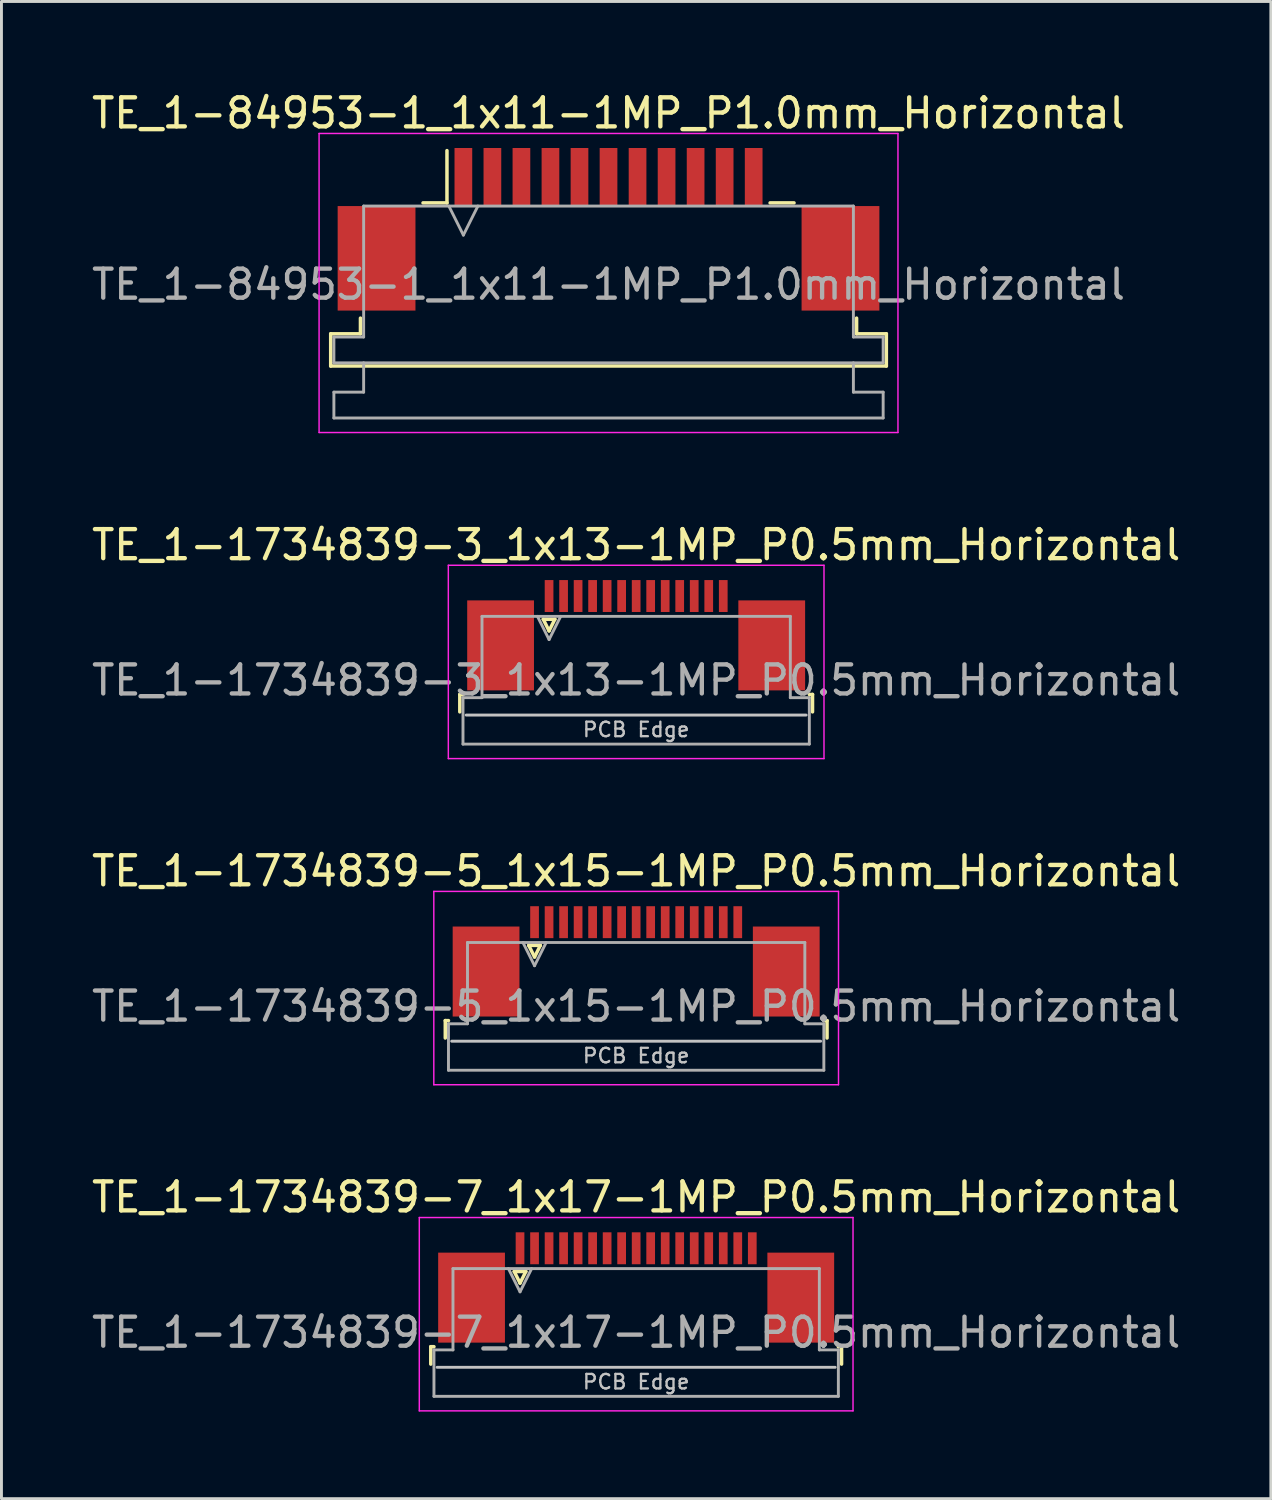
<source format=kicad_pcb>
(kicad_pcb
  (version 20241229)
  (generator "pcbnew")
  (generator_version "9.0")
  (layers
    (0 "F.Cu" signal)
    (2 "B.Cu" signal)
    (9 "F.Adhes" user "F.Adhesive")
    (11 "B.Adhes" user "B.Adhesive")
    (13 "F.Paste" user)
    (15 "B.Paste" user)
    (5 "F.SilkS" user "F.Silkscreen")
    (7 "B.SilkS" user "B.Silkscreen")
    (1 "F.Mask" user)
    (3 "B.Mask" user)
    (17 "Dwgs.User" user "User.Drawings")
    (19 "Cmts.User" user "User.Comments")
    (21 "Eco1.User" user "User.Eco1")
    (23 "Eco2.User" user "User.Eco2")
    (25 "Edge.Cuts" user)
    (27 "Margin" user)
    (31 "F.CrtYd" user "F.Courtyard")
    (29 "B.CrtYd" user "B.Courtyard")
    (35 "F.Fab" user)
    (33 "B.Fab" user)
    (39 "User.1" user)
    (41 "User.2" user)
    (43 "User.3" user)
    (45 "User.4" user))
  (footprint "TE_1-84953-1_1x11-1MP_P1.0mm_Horizontal"
    (layer "F.Cu")
    (at 17.911 4.848)
    (property "Reference" "TE_1-84953-1_1x11-1MP_P1.0mm_Horizontal" (at 0 -4 0) (layer "F.SilkS") (effects (font (size 1 1) (thickness 0.15))))
    (attr smd)
    (fp_line (start -9.57 3.6) (end -8.545 3.6) (stroke (width 0.12) (type solid)) (layer "F.SilkS"))
    (fp_line (start -9.57 4.71) (end -9.57 3.6) (stroke (width 0.12) (type solid)) (layer "F.SilkS"))
    (fp_line (start -8.545 3.6) (end -8.545 3.06) (stroke (width 0.12) (type solid)) (layer "F.SilkS"))
    (fp_line (start -6.39 -0.91) (end -5.565 -0.91) (stroke (width 0.12) (type solid)) (layer "F.SilkS"))
    (fp_line (start -5.565 -0.91) (end -5.565 -2.71) (stroke (width 0.12) (type solid)) (layer "F.SilkS"))
    (fp_line (start 5.565 -0.91) (end 6.39 -0.91) (stroke (width 0.12) (type solid)) (layer "F.SilkS"))
    (fp_line (start 8.545 3.06) (end 8.545 3.6) (stroke (width 0.12) (type solid)) (layer "F.SilkS"))
    (fp_line (start 8.545 3.6) (end 9.57 3.6) (stroke (width 0.12) (type solid)) (layer "F.SilkS"))
    (fp_line (start 9.57 3.6) (end 9.57 4.71) (stroke (width 0.12) (type solid)) (layer "F.SilkS"))
    (fp_line (start 9.57 4.71) (end -9.57 4.71) (stroke (width 0.12) (type solid)) (layer "F.SilkS"))
    (fp_line (start -9.97 -3.3) (end -9.97 7) (stroke (width 0.05) (type solid)) (layer "F.CrtYd"))
    (fp_line (start -9.97 7) (end 9.97 7) (stroke (width 0.05) (type solid)) (layer "F.CrtYd"))
    (fp_line (start 9.97 -3.3) (end -9.97 -3.3) (stroke (width 0.05) (type solid)) (layer "F.CrtYd"))
    (fp_line (start 9.97 7) (end 9.97 -3.3) (stroke (width 0.05) (type solid)) (layer "F.CrtYd"))
    (fp_line (start -9.46 3.71) (end -8.435 3.71) (stroke (width 0.1) (type solid)) (layer "F.Fab"))
    (fp_line (start -9.46 4.6) (end -9.46 3.71) (stroke (width 0.1) (type solid)) (layer "F.Fab"))
    (fp_line (start -9.46 5.61) (end -8.435 5.61) (stroke (width 0.1) (type solid)) (layer "F.Fab"))
    (fp_line (start -9.46 6.5) (end -9.46 5.61) (stroke (width 0.1) (type solid)) (layer "F.Fab"))
    (fp_line (start -8.435 -0.8) (end 8.435 -0.8) (stroke (width 0.1) (type solid)) (layer "F.Fab"))
    (fp_line (start -8.435 3.71) (end -8.435 -0.8) (stroke (width 0.1) (type solid)) (layer "F.Fab"))
    (fp_line (start -8.435 5.61) (end -8.435 4.6) (stroke (width 0.1) (type solid)) (layer "F.Fab"))
    (fp_line (start -5.5 -0.8) (end -5 0.2) (stroke (width 0.1) (type solid)) (layer "F.Fab"))
    (fp_line (start -5 0.2) (end -4.5 -0.8) (stroke (width 0.1) (type solid)) (layer "F.Fab"))
    (fp_line (start 8.435 -0.8) (end 8.435 3.71) (stroke (width 0.1) (type solid)) (layer "F.Fab"))
    (fp_line (start 8.435 3.71) (end 9.46 3.71) (stroke (width 0.1) (type solid)) (layer "F.Fab"))
    (fp_line (start 8.435 4.6) (end 8.435 5.61) (stroke (width 0.1) (type solid)) (layer "F.Fab"))
    (fp_line (start 8.435 5.61) (end 9.46 5.61) (stroke (width 0.1) (type solid)) (layer "F.Fab"))
    (fp_line (start 9.46 3.71) (end 9.46 4.6) (stroke (width 0.1) (type solid)) (layer "F.Fab"))
    (fp_line (start 9.46 4.6) (end -9.46 4.6) (stroke (width 0.1) (type solid)) (layer "F.Fab"))
    (fp_line (start 9.46 5.61) (end 9.46 6.5) (stroke (width 0.1) (type solid)) (layer "F.Fab"))
    (fp_line (start 9.46 6.5) (end -9.46 6.5) (stroke (width 0.1) (type solid)) (layer "F.Fab"))
    (fp_text user "${REFERENCE}" (at 0 1.9 0) (layer "F.Fab") (effects (font (size 1 1) (thickness 0.15))))
    (pad "1" smd rect (at -5 -1.8) (size 0.61 2) (layers "F.Cu" "F.Mask" "F.Paste"))
    (pad "2" smd rect (at -4 -1.8) (size 0.61 2) (layers "F.Cu" "F.Mask" "F.Paste"))
    (pad "3" smd rect (at -3 -1.8) (size 0.61 2) (layers "F.Cu" "F.Mask" "F.Paste"))
    (pad "4" smd rect (at -2 -1.8) (size 0.61 2) (layers "F.Cu" "F.Mask" "F.Paste"))
    (pad "5" smd rect (at -1 -1.8) (size 0.61 2) (layers "F.Cu" "F.Mask" "F.Paste"))
    (pad "6" smd rect (at 0 -1.8) (size 0.61 2) (layers "F.Cu" "F.Mask" "F.Paste"))
    (pad "7" smd rect (at 1 -1.8) (size 0.61 2) (layers "F.Cu" "F.Mask" "F.Paste"))
    (pad "8" smd rect (at 2 -1.8) (size 0.61 2) (layers "F.Cu" "F.Mask" "F.Paste"))
    (pad "9" smd rect (at 3 -1.8) (size 0.61 2) (layers "F.Cu" "F.Mask" "F.Paste"))
    (pad "10" smd rect (at 4 -1.8) (size 0.61 2) (layers "F.Cu" "F.Mask" "F.Paste"))
    (pad "11" smd rect (at 5 -1.8) (size 0.61 2) (layers "F.Cu" "F.Mask" "F.Paste"))
    (pad "MP" smd rect (at -7.99 1) (size 2.68 3.6) (layers "F.Cu" "F.Mask" "F.Paste"))
    (pad "MP" smd rect (at 7.99 1) (size 2.68 3.6) (layers "F.Cu" "F.Mask" "F.Paste")))
  (footprint "TE_1-1734839-5_1x15-1MP_P0.5mm_Horizontal"
    (layer "F.Cu")
    (at 18.863 30.065)
    (property "Reference" "TE_1-1734839-5_1x15-1MP_P0.5mm_Horizontal" (at 0 -3.11 0) (layer "F.SilkS") (effects (font (size 1 1) (thickness 0.15))))
    (attr smd)
    (fp_line (start -6.575 2.04) (end -6.575 2.64) (stroke (width 0.12) (type solid)) (layer "F.SilkS"))
    (fp_line (start -6.465 2.04) (end -6.575 2.04) (stroke (width 0.12) (type solid)) (layer "F.SilkS"))
    (fp_line (start -3.7 -0.55) (end -3.5 -0.15) (stroke (width 0.12) (type solid)) (layer "F.SilkS"))
    (fp_line (start -3.5 -0.15) (end -3.3 -0.55) (stroke (width 0.12) (type solid)) (layer "F.SilkS"))
    (fp_line (start -3.3 -0.55) (end -3.7 -0.55) (stroke (width 0.12) (type solid)) (layer "F.SilkS"))
    (fp_line (start 6.465 2.04) (end 6.575 2.04) (stroke (width 0.12) (type solid)) (layer "F.SilkS"))
    (fp_line (start 6.575 2.04) (end 6.575 2.64) (stroke (width 0.12) (type solid)) (layer "F.SilkS"))
    (fp_line (start 6.355 2.75) (end -6.355 2.75) (stroke (width 0.1) (type solid)) (layer "Dwgs.User"))
    (fp_line (start -6.97 -2.41) (end -6.97 4.25) (stroke (width 0.05) (type solid)) (layer "F.CrtYd"))
    (fp_line (start -6.97 4.25) (end 6.97 4.25) (stroke (width 0.05) (type solid)) (layer "F.CrtYd"))
    (fp_line (start 6.97 -2.41) (end -6.97 -2.41) (stroke (width 0.05) (type solid)) (layer "F.CrtYd"))
    (fp_line (start 6.97 4.25) (end 6.97 -2.41) (stroke (width 0.05) (type solid)) (layer "F.CrtYd"))
    (fp_line (start -6.465 2.15) (end -5.81 2.15) (stroke (width 0.1) (type solid)) (layer "F.Fab"))
    (fp_line (start -6.465 3.75) (end -6.465 2.15) (stroke (width 0.1) (type solid)) (layer "F.Fab"))
    (fp_line (start -5.81 -0.65) (end 5.81 -0.65) (stroke (width 0.1) (type solid)) (layer "F.Fab"))
    (fp_line (start -5.81 2.15) (end -5.81 -0.65) (stroke (width 0.1) (type solid)) (layer "F.Fab"))
    (fp_line (start -3.9 -0.65) (end -3.5 0.15) (stroke (width 0.1) (type solid)) (layer "F.Fab"))
    (fp_line (start -3.5 0.15) (end -3.1 -0.65) (stroke (width 0.1) (type solid)) (layer "F.Fab"))
    (fp_line (start 5.81 -0.65) (end 5.81 2.15) (stroke (width 0.1) (type solid)) (layer "F.Fab"))
    (fp_line (start 5.81 2.15) (end 6.465 2.15) (stroke (width 0.1) (type solid)) (layer "F.Fab"))
    (fp_line (start 6.465 2.15) (end 6.465 3.75) (stroke (width 0.1) (type solid)) (layer "F.Fab"))
    (fp_line (start 6.465 3.75) (end -6.465 3.75) (stroke (width 0.1) (type solid)) (layer "F.Fab"))
    (fp_text user "PCB Edge" (at 0 3.25 0) (layer "Dwgs.User") (effects (font (size 0.5 0.5) (thickness 0.08))))
    (fp_text user "${REFERENCE}" (at 0 1.55 0) (layer "F.Fab") (effects (font (size 1 1) (thickness 0.15))))
    (pad "1" smd rect (at -3.5 -1.35) (size 0.3 1.1) (layers "F.Cu" "F.Mask" "F.Paste"))
    (pad "2" smd rect (at -3 -1.35) (size 0.3 1.1) (layers "F.Cu" "F.Mask" "F.Paste"))
    (pad "3" smd rect (at -2.5 -1.35) (size 0.3 1.1) (layers "F.Cu" "F.Mask" "F.Paste"))
    (pad "4" smd rect (at -2 -1.35) (size 0.3 1.1) (layers "F.Cu" "F.Mask" "F.Paste"))
    (pad "5" smd rect (at -1.5 -1.35) (size 0.3 1.1) (layers "F.Cu" "F.Mask" "F.Paste"))
    (pad "6" smd rect (at -1 -1.35) (size 0.3 1.1) (layers "F.Cu" "F.Mask" "F.Paste"))
    (pad "7" smd rect (at -0.5 -1.35) (size 0.3 1.1) (layers "F.Cu" "F.Mask" "F.Paste"))
    (pad "8" smd rect (at 0 -1.35) (size 0.3 1.1) (layers "F.Cu" "F.Mask" "F.Paste"))
    (pad "9" smd rect (at 0.5 -1.35) (size 0.3 1.1) (layers "F.Cu" "F.Mask" "F.Paste"))
    (pad "10" smd rect (at 1 -1.35) (size 0.3 1.1) (layers "F.Cu" "F.Mask" "F.Paste"))
    (pad "11" smd rect (at 1.5 -1.35) (size 0.3 1.1) (layers "F.Cu" "F.Mask" "F.Paste"))
    (pad "12" smd rect (at 2 -1.35) (size 0.3 1.1) (layers "F.Cu" "F.Mask" "F.Paste"))
    (pad "13" smd rect (at 2.5 -1.35) (size 0.3 1.1) (layers "F.Cu" "F.Mask" "F.Paste"))
    (pad "14" smd rect (at 3 -1.35) (size 0.3 1.1) (layers "F.Cu" "F.Mask" "F.Paste"))
    (pad "15" smd rect (at 3.5 -1.35) (size 0.3 1.1) (layers "F.Cu" "F.Mask" "F.Paste"))
    (pad "MP" smd rect (at -5.17 0.35) (size 2.3 3.1) (layers "F.Cu" "F.Mask" "F.Paste"))
    (pad "MP" smd rect (at 5.17 0.35) (size 2.3 3.1) (layers "F.Cu" "F.Mask" "F.Paste")))
  (footprint "TE_1-1734839-7_1x17-1MP_P0.5mm_Horizontal"
    (layer "F.Cu")
    (at 18.863 41.298)
    (property "Reference" "TE_1-1734839-7_1x17-1MP_P0.5mm_Horizontal" (at 0 -3.11 0) (layer "F.SilkS") (effects (font (size 1 1) (thickness 0.15))))
    (attr smd)
    (fp_line (start -7.075 2.04) (end -7.075 2.64) (stroke (width 0.12) (type solid)) (layer "F.SilkS"))
    (fp_line (start -6.965 2.04) (end -7.075 2.04) (stroke (width 0.12) (type solid)) (layer "F.SilkS"))
    (fp_line (start -4.2 -0.55) (end -4 -0.15) (stroke (width 0.12) (type solid)) (layer "F.SilkS"))
    (fp_line (start -4 -0.15) (end -3.8 -0.55) (stroke (width 0.12) (type solid)) (layer "F.SilkS"))
    (fp_line (start -3.8 -0.55) (end -4.2 -0.55) (stroke (width 0.12) (type solid)) (layer "F.SilkS"))
    (fp_line (start 6.965 2.04) (end 7.075 2.04) (stroke (width 0.12) (type solid)) (layer "F.SilkS"))
    (fp_line (start 7.075 2.04) (end 7.075 2.64) (stroke (width 0.12) (type solid)) (layer "F.SilkS"))
    (fp_line (start 6.855 2.75) (end -6.855 2.75) (stroke (width 0.1) (type solid)) (layer "Dwgs.User"))
    (fp_line (start -7.47 -2.41) (end -7.47 4.25) (stroke (width 0.05) (type solid)) (layer "F.CrtYd"))
    (fp_line (start -7.47 4.25) (end 7.47 4.25) (stroke (width 0.05) (type solid)) (layer "F.CrtYd"))
    (fp_line (start 7.47 -2.41) (end -7.47 -2.41) (stroke (width 0.05) (type solid)) (layer "F.CrtYd"))
    (fp_line (start 7.47 4.25) (end 7.47 -2.41) (stroke (width 0.05) (type solid)) (layer "F.CrtYd"))
    (fp_line (start -6.965 2.15) (end -6.31 2.15) (stroke (width 0.1) (type solid)) (layer "F.Fab"))
    (fp_line (start -6.965 3.75) (end -6.965 2.15) (stroke (width 0.1) (type solid)) (layer "F.Fab"))
    (fp_line (start -6.31 -0.65) (end 6.31 -0.65) (stroke (width 0.1) (type solid)) (layer "F.Fab"))
    (fp_line (start -6.31 2.15) (end -6.31 -0.65) (stroke (width 0.1) (type solid)) (layer "F.Fab"))
    (fp_line (start -4.4 -0.65) (end -4 0.15) (stroke (width 0.1) (type solid)) (layer "F.Fab"))
    (fp_line (start -4 0.15) (end -3.6 -0.65) (stroke (width 0.1) (type solid)) (layer "F.Fab"))
    (fp_line (start 6.31 -0.65) (end 6.31 2.15) (stroke (width 0.1) (type solid)) (layer "F.Fab"))
    (fp_line (start 6.31 2.15) (end 6.965 2.15) (stroke (width 0.1) (type solid)) (layer "F.Fab"))
    (fp_line (start 6.965 2.15) (end 6.965 3.75) (stroke (width 0.1) (type solid)) (layer "F.Fab"))
    (fp_line (start 6.965 3.75) (end -6.965 3.75) (stroke (width 0.1) (type solid)) (layer "F.Fab"))
    (fp_text user "PCB Edge" (at 0 3.25 0) (layer "Dwgs.User") (effects (font (size 0.5 0.5) (thickness 0.08))))
    (fp_text user "${REFERENCE}" (at 0 1.55 0) (layer "F.Fab") (effects (font (size 1 1) (thickness 0.15))))
    (pad "1" smd rect (at -4 -1.35) (size 0.3 1.1) (layers "F.Cu" "F.Mask" "F.Paste"))
    (pad "2" smd rect (at -3.5 -1.35) (size 0.3 1.1) (layers "F.Cu" "F.Mask" "F.Paste"))
    (pad "3" smd rect (at -3 -1.35) (size 0.3 1.1) (layers "F.Cu" "F.Mask" "F.Paste"))
    (pad "4" smd rect (at -2.5 -1.35) (size 0.3 1.1) (layers "F.Cu" "F.Mask" "F.Paste"))
    (pad "5" smd rect (at -2 -1.35) (size 0.3 1.1) (layers "F.Cu" "F.Mask" "F.Paste"))
    (pad "6" smd rect (at -1.5 -1.35) (size 0.3 1.1) (layers "F.Cu" "F.Mask" "F.Paste"))
    (pad "7" smd rect (at -1 -1.35) (size 0.3 1.1) (layers "F.Cu" "F.Mask" "F.Paste"))
    (pad "8" smd rect (at -0.5 -1.35) (size 0.3 1.1) (layers "F.Cu" "F.Mask" "F.Paste"))
    (pad "9" smd rect (at 0 -1.35) (size 0.3 1.1) (layers "F.Cu" "F.Mask" "F.Paste"))
    (pad "10" smd rect (at 0.5 -1.35) (size 0.3 1.1) (layers "F.Cu" "F.Mask" "F.Paste"))
    (pad "11" smd rect (at 1 -1.35) (size 0.3 1.1) (layers "F.Cu" "F.Mask" "F.Paste"))
    (pad "12" smd rect (at 1.5 -1.35) (size 0.3 1.1) (layers "F.Cu" "F.Mask" "F.Paste"))
    (pad "13" smd rect (at 2 -1.35) (size 0.3 1.1) (layers "F.Cu" "F.Mask" "F.Paste"))
    (pad "14" smd rect (at 2.5 -1.35) (size 0.3 1.1) (layers "F.Cu" "F.Mask" "F.Paste"))
    (pad "15" smd rect (at 3 -1.35) (size 0.3 1.1) (layers "F.Cu" "F.Mask" "F.Paste"))
    (pad "16" smd rect (at 3.5 -1.35) (size 0.3 1.1) (layers "F.Cu" "F.Mask" "F.Paste"))
    (pad "17" smd rect (at 4 -1.35) (size 0.3 1.1) (layers "F.Cu" "F.Mask" "F.Paste"))
    (pad "MP" smd rect (at -5.67 0.35) (size 2.3 3.1) (layers "F.Cu" "F.Mask" "F.Paste"))
    (pad "MP" smd rect (at 5.67 0.35) (size 2.3 3.1) (layers "F.Cu" "F.Mask" "F.Paste")))
  (footprint "TE_1-1734839-3_1x13-1MP_P0.5mm_Horizontal"
    (layer "F.Cu")
    (at 18.863 18.831)
    (property "Reference" "TE_1-1734839-3_1x13-1MP_P0.5mm_Horizontal" (at 0 -3.11 0) (layer "F.SilkS") (effects (font (size 1 1) (thickness 0.15))))
    (attr smd)
    (fp_line (start -6.075 2.04) (end -6.075 2.64) (stroke (width 0.12) (type solid)) (layer "F.SilkS"))
    (fp_line (start -5.965 2.04) (end -6.075 2.04) (stroke (width 0.12) (type solid)) (layer "F.SilkS"))
    (fp_line (start -3.2 -0.55) (end -3 -0.15) (stroke (width 0.12) (type solid)) (layer "F.SilkS"))
    (fp_line (start -3 -0.15) (end -2.8 -0.55) (stroke (width 0.12) (type solid)) (layer "F.SilkS"))
    (fp_line (start -2.8 -0.55) (end -3.2 -0.55) (stroke (width 0.12) (type solid)) (layer "F.SilkS"))
    (fp_line (start 5.965 2.04) (end 6.075 2.04) (stroke (width 0.12) (type solid)) (layer "F.SilkS"))
    (fp_line (start 6.075 2.04) (end 6.075 2.64) (stroke (width 0.12) (type solid)) (layer "F.SilkS"))
    (fp_line (start 5.855 2.75) (end -5.855 2.75) (stroke (width 0.1) (type solid)) (layer "Dwgs.User"))
    (fp_line (start -6.47 -2.41) (end -6.47 4.25) (stroke (width 0.05) (type solid)) (layer "F.CrtYd"))
    (fp_line (start -6.47 4.25) (end 6.47 4.25) (stroke (width 0.05) (type solid)) (layer "F.CrtYd"))
    (fp_line (start 6.47 -2.41) (end -6.47 -2.41) (stroke (width 0.05) (type solid)) (layer "F.CrtYd"))
    (fp_line (start 6.47 4.25) (end 6.47 -2.41) (stroke (width 0.05) (type solid)) (layer "F.CrtYd"))
    (fp_line (start -5.965 2.15) (end -5.31 2.15) (stroke (width 0.1) (type solid)) (layer "F.Fab"))
    (fp_line (start -5.965 3.75) (end -5.965 2.15) (stroke (width 0.1) (type solid)) (layer "F.Fab"))
    (fp_line (start -5.31 -0.65) (end 5.31 -0.65) (stroke (width 0.1) (type solid)) (layer "F.Fab"))
    (fp_line (start -5.31 2.15) (end -5.31 -0.65) (stroke (width 0.1) (type solid)) (layer "F.Fab"))
    (fp_line (start -3.4 -0.65) (end -3 0.15) (stroke (width 0.1) (type solid)) (layer "F.Fab"))
    (fp_line (start -3 0.15) (end -2.6 -0.65) (stroke (width 0.1) (type solid)) (layer "F.Fab"))
    (fp_line (start 5.31 -0.65) (end 5.31 2.15) (stroke (width 0.1) (type solid)) (layer "F.Fab"))
    (fp_line (start 5.31 2.15) (end 5.965 2.15) (stroke (width 0.1) (type solid)) (layer "F.Fab"))
    (fp_line (start 5.965 2.15) (end 5.965 3.75) (stroke (width 0.1) (type solid)) (layer "F.Fab"))
    (fp_line (start 5.965 3.75) (end -5.965 3.75) (stroke (width 0.1) (type solid)) (layer "F.Fab"))
    (fp_text user "PCB Edge" (at 0 3.25 0) (layer "Dwgs.User") (effects (font (size 0.5 0.5) (thickness 0.08))))
    (fp_text user "${REFERENCE}" (at 0 1.55 0) (layer "F.Fab") (effects (font (size 1 1) (thickness 0.15))))
    (pad "1" smd rect (at -3 -1.35) (size 0.3 1.1) (layers "F.Cu" "F.Mask" "F.Paste"))
    (pad "2" smd rect (at -2.5 -1.35) (size 0.3 1.1) (layers "F.Cu" "F.Mask" "F.Paste"))
    (pad "3" smd rect (at -2 -1.35) (size 0.3 1.1) (layers "F.Cu" "F.Mask" "F.Paste"))
    (pad "4" smd rect (at -1.5 -1.35) (size 0.3 1.1) (layers "F.Cu" "F.Mask" "F.Paste"))
    (pad "5" smd rect (at -1 -1.35) (size 0.3 1.1) (layers "F.Cu" "F.Mask" "F.Paste"))
    (pad "6" smd rect (at -0.5 -1.35) (size 0.3 1.1) (layers "F.Cu" "F.Mask" "F.Paste"))
    (pad "7" smd rect (at 0 -1.35) (size 0.3 1.1) (layers "F.Cu" "F.Mask" "F.Paste"))
    (pad "8" smd rect (at 0.5 -1.35) (size 0.3 1.1) (layers "F.Cu" "F.Mask" "F.Paste"))
    (pad "9" smd rect (at 1 -1.35) (size 0.3 1.1) (layers "F.Cu" "F.Mask" "F.Paste"))
    (pad "10" smd rect (at 1.5 -1.35) (size 0.3 1.1) (layers "F.Cu" "F.Mask" "F.Paste"))
    (pad "11" smd rect (at 2 -1.35) (size 0.3 1.1) (layers "F.Cu" "F.Mask" "F.Paste"))
    (pad "12" smd rect (at 2.5 -1.35) (size 0.3 1.1) (layers "F.Cu" "F.Mask" "F.Paste"))
    (pad "13" smd rect (at 3 -1.35) (size 0.3 1.1) (layers "F.Cu" "F.Mask" "F.Paste"))
    (pad "MP" smd rect (at -4.67 0.35) (size 2.3 3.1) (layers "F.Cu" "F.Mask" "F.Paste"))
    (pad "MP" smd rect (at 4.67 0.35) (size 2.3 3.1) (layers "F.Cu" "F.Mask" "F.Paste")))
  (gr_rect
    (start -3 -3)
    (end 40.726 48.573)
    (stroke (width 0.1) (type default))
    (fill no)
    (layer "Edge.Cuts")))
</source>
